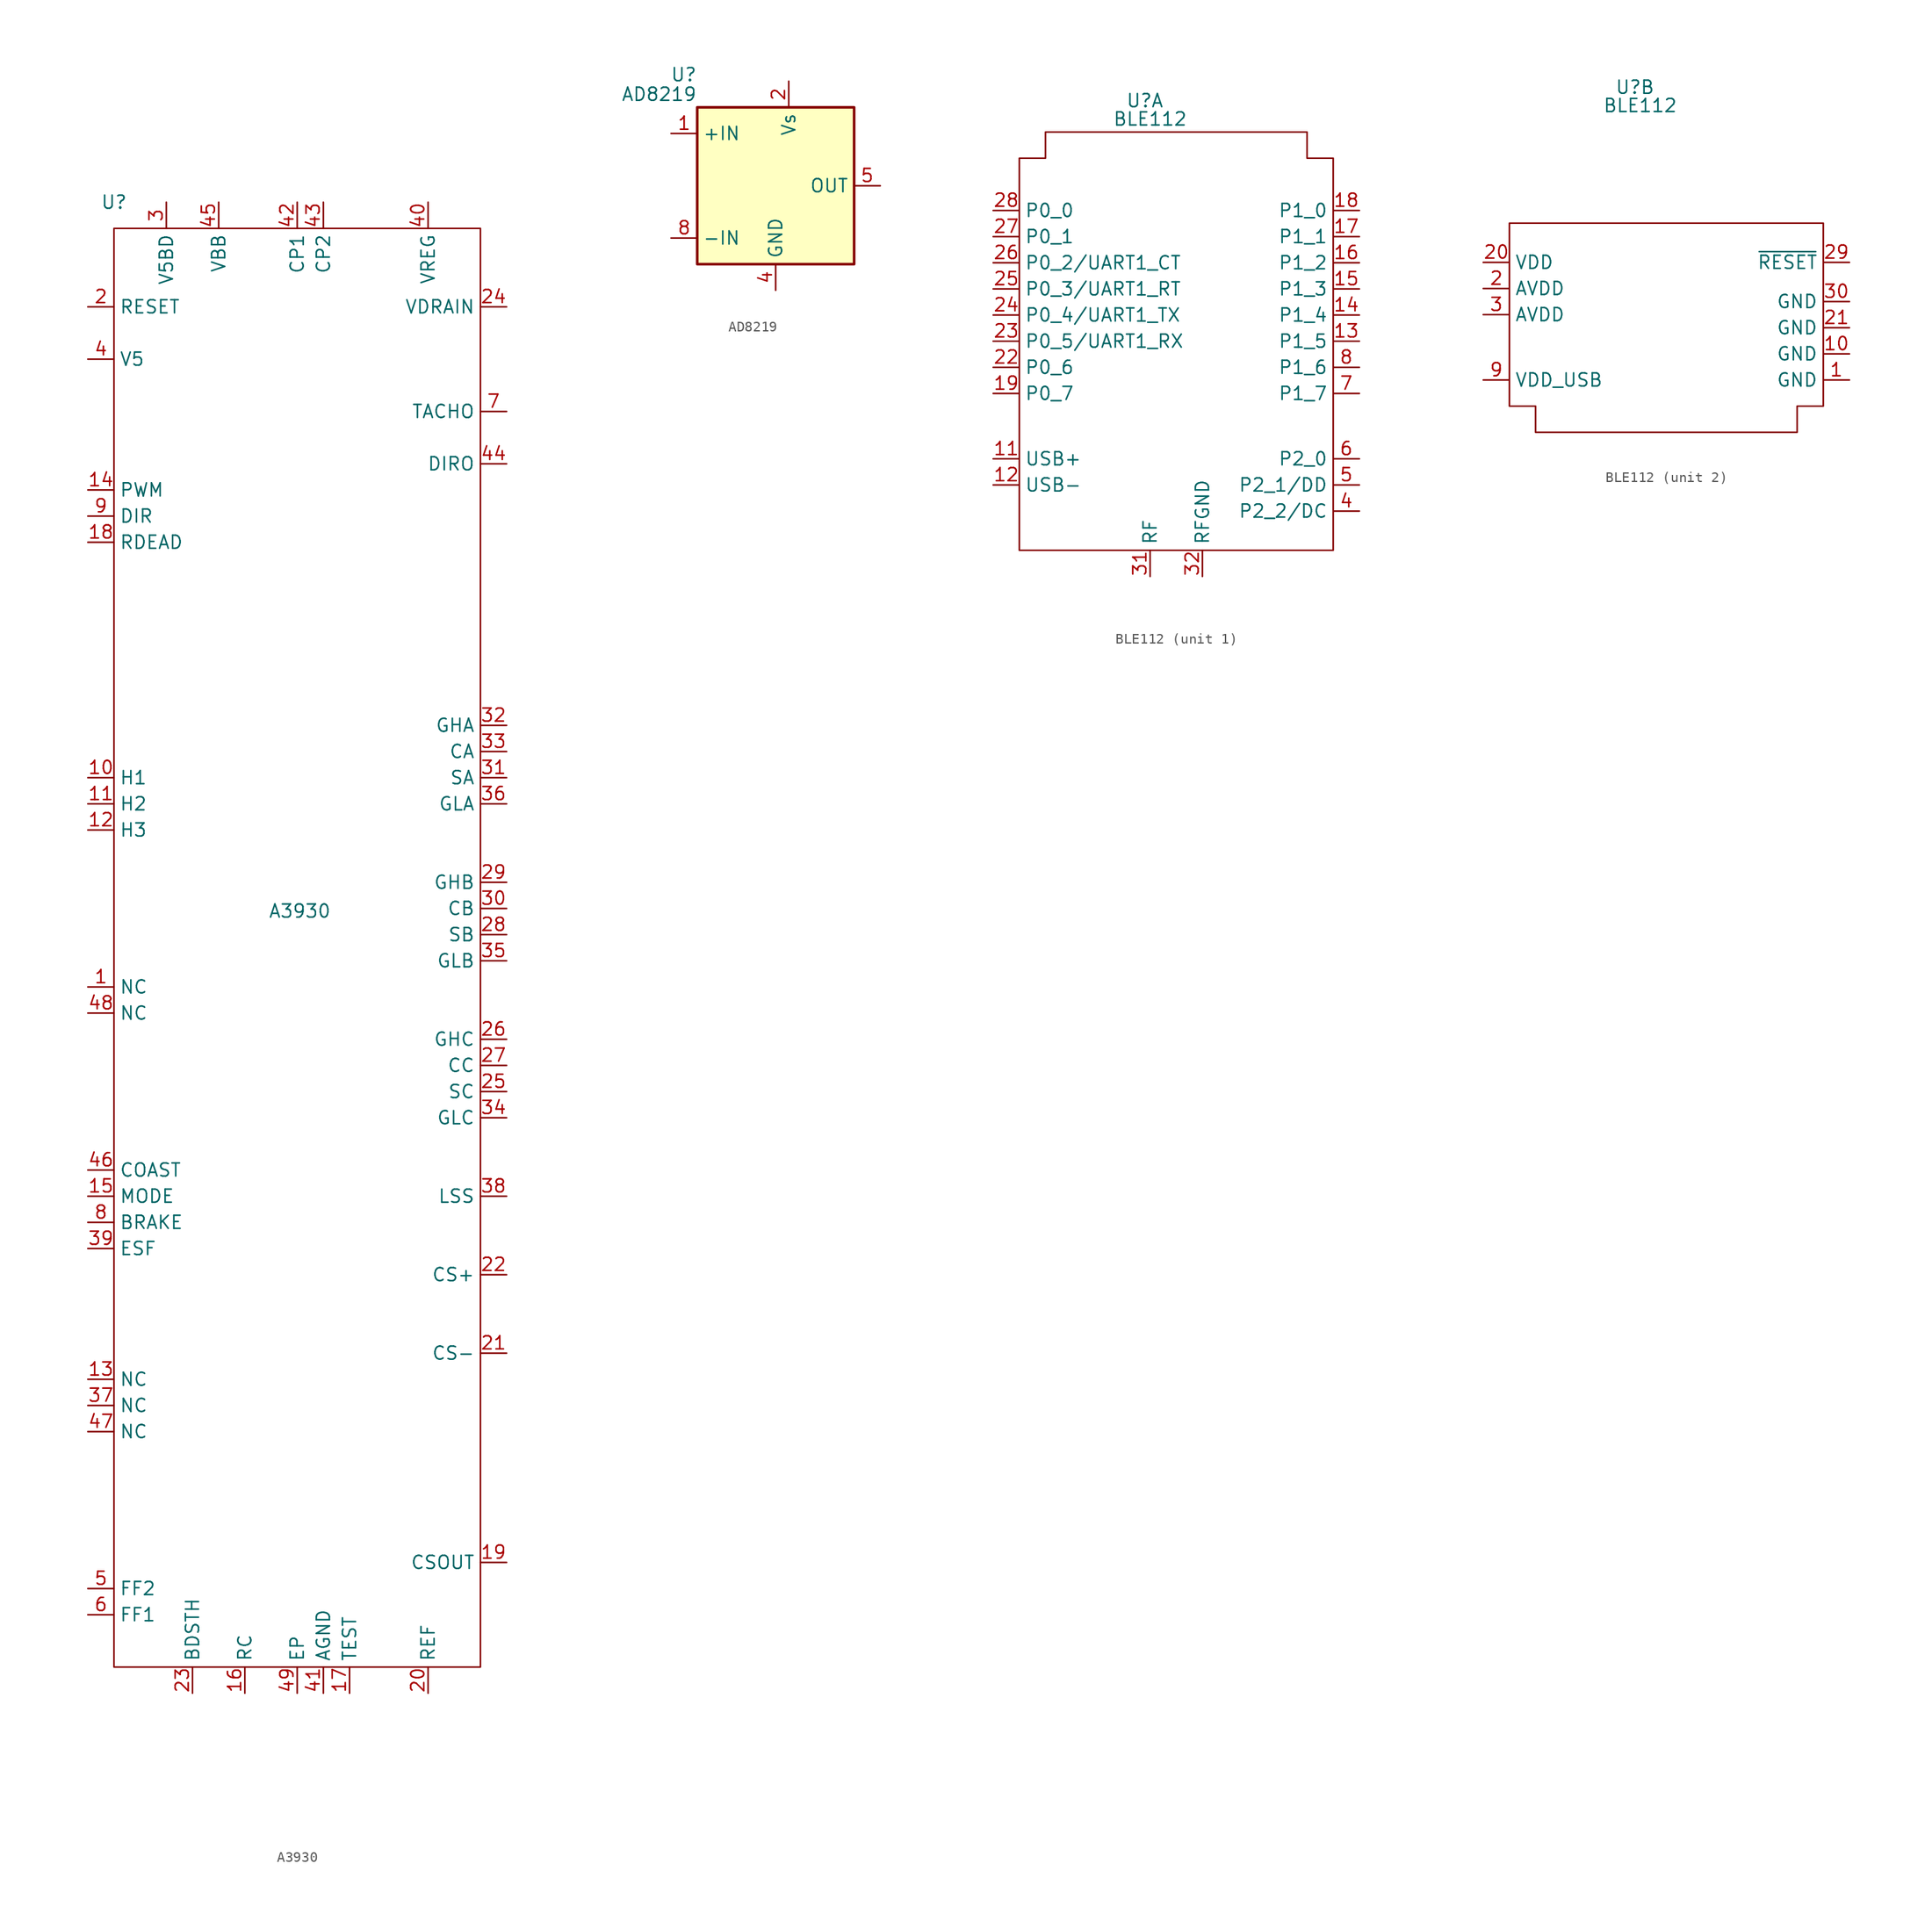
<source format=kicad_sym>
(kicad_symbol_lib
  (version 20231120)
  (generator "kicad_symbol_editor")
  (generator_version "8.0")
  (symbol "A3930"
    (property "Reference" "U"
      (at -17.78 68.58 0)
      (effects (font (size 1.27 1.27))))
    (property "Value" "A3930"
      (at 0.254 -0.254 0)
      (effects (font (size 1.27 1.27))))
    (symbol "A3930_0_0"
      (pin input line (at -20.32 12.7 0) (length 2.54) (name "H1" (effects (font (size 1.27 1.27)))) (number "10" (effects (font (size 1.27 1.27)))))
      (pin input line (at -20.32 10.16 0) (length 2.54) (name "H2" (effects (font (size 1.27 1.27)))) (number "11" (effects (font (size 1.27 1.27)))))
      (pin input line (at -20.32 7.62 0) (length 2.54) (name "H3" (effects (font (size 1.27 1.27)))) (number "12" (effects (font (size 1.27 1.27)))))
      (pin input line (at -20.32 40.64 0) (length 2.54) (name "PWM" (effects (font (size 1.27 1.27)))) (number "14" (effects (font (size 1.27 1.27)))))
      (pin input line (at -20.32 -27.94 0) (length 2.54) (name "MODE" (effects (font (size 1.27 1.27)))) (number "15" (effects (font (size 1.27 1.27)))))
      (pin input line (at -5.08 -76.2 90) (length 2.54) (name "RC" (effects (font (size 1.27 1.27)))) (number "16" (effects (font (size 1.27 1.27)))))
      (pin input line (at 5.08 -76.2 90) (length 2.54) (name "TEST" (effects (font (size 1.27 1.27)))) (number "17" (effects (font (size 1.27 1.27)))))
      (pin passive line (at -20.32 35.56 0) (length 2.54) (name "RDEAD" (effects (font (size 1.27 1.27)))) (number "18" (effects (font (size 1.27 1.27)))))
      (pin output line (at 20.32 -63.5 180) (length 2.54) (name "CSOUT" (effects (font (size 1.27 1.27)))) (number "19" (effects (font (size 1.27 1.27)))))
      (pin input line (at -20.32 58.42 0) (length 2.54) (name "RESET" (effects (font (size 1.27 1.27)))) (number "2" (effects (font (size 1.27 1.27)))))
      (pin passive line (at 12.7 -76.2 90) (length 2.54) (name "REF" (effects (font (size 1.27 1.27)))) (number "20" (effects (font (size 1.27 1.27)))))
      (pin input line (at 20.32 -43.18 180) (length 2.54) (name "CS-" (effects (font (size 1.27 1.27)))) (number "21" (effects (font (size 1.27 1.27)))))
      (pin input line (at 20.32 -35.56 180) (length 2.54) (name "CS+" (effects (font (size 1.27 1.27)))) (number "22" (effects (font (size 1.27 1.27)))))
      (pin passive line (at -10.16 -76.2 90) (length 2.54) (name "BDSTH" (effects (font (size 1.27 1.27)))) (number "23" (effects (font (size 1.27 1.27)))))
      (pin bidirectional line (at 20.32 -17.78 180) (length 2.54) (name "SC" (effects (font (size 1.27 1.27)))) (number "25" (effects (font (size 1.27 1.27)))))
      (pin output line (at 20.32 -12.7 180) (length 2.54) (name "GHC" (effects (font (size 1.27 1.27)))) (number "26" (effects (font (size 1.27 1.27)))))
      (pin passive line (at 20.32 -15.24 180) (length 2.54) (name "CC" (effects (font (size 1.27 1.27)))) (number "27" (effects (font (size 1.27 1.27)))))
      (pin bidirectional line (at 20.32 -2.54 180) (length 2.54) (name "SB" (effects (font (size 1.27 1.27)))) (number "28" (effects (font (size 1.27 1.27)))))
      (pin output line (at 20.32 2.54 180) (length 2.54) (name "GHB" (effects (font (size 1.27 1.27)))) (number "29" (effects (font (size 1.27 1.27)))))
      (pin power_in line (at -12.7 68.58 270) (length 2.54) (name "V5BD" (effects (font (size 1.27 1.27)))) (number "3" (effects (font (size 1.27 1.27)))))
      (pin passive line (at 20.32 0 180) (length 2.54) (name "CB" (effects (font (size 1.27 1.27)))) (number "30" (effects (font (size 1.27 1.27)))))
      (pin bidirectional line (at 20.32 12.7 180) (length 2.54) (name "SA" (effects (font (size 1.27 1.27)))) (number "31" (effects (font (size 1.27 1.27)))))
      (pin output line (at 20.32 17.78 180) (length 2.54) (name "GHA" (effects (font (size 1.27 1.27)))) (number "32" (effects (font (size 1.27 1.27)))))
      (pin passive line (at 20.32 15.24 180) (length 2.54) (name "CA" (effects (font (size 1.27 1.27)))) (number "33" (effects (font (size 1.27 1.27)))))
      (pin output line (at 20.32 -20.32 180) (length 2.54) (name "GLC" (effects (font (size 1.27 1.27)))) (number "34" (effects (font (size 1.27 1.27)))))
      (pin output line (at 20.32 10.16 180) (length 2.54) (name "GLA" (effects (font (size 1.27 1.27)))) (number "36" (effects (font (size 1.27 1.27)))))
      (pin output line (at 20.32 -27.94 180) (length 2.54) (name "LSS" (effects (font (size 1.27 1.27)))) (number "38" (effects (font (size 1.27 1.27)))))
      (pin output line (at -20.32 -33.02 0) (length 2.54) (name "ESF" (effects (font (size 1.27 1.27)))) (number "39" (effects (font (size 1.27 1.27)))))
      (pin power_in line (at -20.32 53.34 0) (length 2.54) (name "V5" (effects (font (size 1.27 1.27)))) (number "4" (effects (font (size 1.27 1.27)))))
      (pin power_out line (at 12.7 68.58 270) (length 2.54) (name "VREG" (effects (font (size 1.27 1.27)))) (number "40" (effects (font (size 1.27 1.27)))))
      (pin power_in line (at 2.54 -76.2 90) (length 2.54) (name "AGND" (effects (font (size 1.27 1.27)))) (number "41" (effects (font (size 1.27 1.27)))))
      (pin passive line (at 0 68.58 270) (length 2.54) (name "CP1" (effects (font (size 1.27 1.27)))) (number "42" (effects (font (size 1.27 1.27)))))
      (pin passive line (at 2.54 68.58 270) (length 2.54) (name "CP2" (effects (font (size 1.27 1.27)))) (number "43" (effects (font (size 1.27 1.27)))))
      (pin output line (at 20.32 43.18 180) (length 2.54) (name "DIRO" (effects (font (size 1.27 1.27)))) (number "44" (effects (font (size 1.27 1.27)))))
      (pin power_in line (at -7.62 68.58 270) (length 2.54) (name "VBB" (effects (font (size 1.27 1.27)))) (number "45" (effects (font (size 1.27 1.27)))))
      (pin input line (at -20.32 -25.4 0) (length 2.54) (name "COAST" (effects (font (size 1.27 1.27)))) (number "46" (effects (font (size 1.27 1.27)))))
      (pin input line (at -20.32 -66.04 0) (length 2.54) (name "FF2" (effects (font (size 1.27 1.27)))) (number "5" (effects (font (size 1.27 1.27)))))
      (pin power_in line (at -20.32 -68.58 0) (length 2.54) (name "FF1" (effects (font (size 1.27 1.27)))) (number "6" (effects (font (size 1.27 1.27)))))
      (pin output line (at 20.32 48.26 180) (length 2.54) (name "TACHO" (effects (font (size 1.27 1.27)))) (number "7" (effects (font (size 1.27 1.27)))))
      (pin input line (at -20.32 38.1 0) (length 2.54) (name "DIR" (effects (font (size 1.27 1.27)))) (number "9" (effects (font (size 1.27 1.27))))))
    (symbol "A3930_1_0"
      (pin input line (at -20.32 -7.62 0) (length 2.54) (name "NC" (effects (font (size 1.27 1.27)))) (number "1" (effects (font (size 1.27 1.27)))))
      (pin input line (at -20.32 -45.72 0) (length 2.54) (name "NC" (effects (font (size 1.27 1.27)))) (number "13" (effects (font (size 1.27 1.27)))))
      (pin power_in line (at 20.32 58.42 180) (length 2.54) (name "VDRAIN" (effects (font (size 1.27 1.27)))) (number "24" (effects (font (size 1.27 1.27)))))
      (pin output line (at 20.32 -5.08 180) (length 2.54) (name "GLB" (effects (font (size 1.27 1.27)))) (number "35" (effects (font (size 1.27 1.27)))))
      (pin input line (at -20.32 -48.26 0) (length 2.54) (name "NC" (effects (font (size 1.27 1.27)))) (number "37" (effects (font (size 1.27 1.27)))))
      (pin input line (at -20.32 -50.8 0) (length 2.54) (name "NC" (effects (font (size 1.27 1.27)))) (number "47" (effects (font (size 1.27 1.27)))))
      (pin input line (at -20.32 -10.16 0) (length 2.54) (name "NC" (effects (font (size 1.27 1.27)))) (number "48" (effects (font (size 1.27 1.27)))))
      (pin power_in line (at 0 -76.2 90) (length 2.54) (name "EP" (effects (font (size 1.27 1.27)))) (number "49" (effects (font (size 1.27 1.27)))))
      (pin input line (at -20.32 -30.48 0) (length 2.54) (name "BRAKE" (effects (font (size 1.27 1.27)))) (number "8" (effects (font (size 1.27 1.27))))))
    (symbol "A3930_1_1"
      (rectangle (start -17.78 66.04) (end 17.78 -73.66) (stroke (width 0) (type default)) (fill (type none)))))
  (symbol "AD8219"
    (property "Reference" "U"
      (at -7.62 10.795 0)
      (effects (font (size 1.27 1.27)) (justify right)))
    (property "Value" "AD8219"
      (at -7.62 8.89 0)
      (effects (font (size 1.27 1.27)) (justify right)))
    (symbol "AD8219_0_1"
      (rectangle (start -7.62 7.62) (end 7.62 -7.62) (stroke (width 0.254) (type default)) (fill (type background))))
    (symbol "AD8219_1_1"
      (pin input line (at -10.16 5.08 0) (length 2.54) (name "+IN" (effects (font (size 1.27 1.27)))) (number "1" (effects (font (size 1.27 1.27)))))
      (pin power_in line (at 1.27 10.16 270) (length 2.54) (name "Vs" (effects (font (size 1.27 1.27)))) (number "2" (effects (font (size 1.27 1.27)))))
      (pin no_connect line (at -2.54 -7.62 90) (length 2.54) hide (name "NC" (effects (font (size 1.27 1.27)))) (number "3" (effects (font (size 1.27 1.27)))))
      (pin power_in line (at 0 -10.16 90) (length 2.54) (name "GND" (effects (font (size 1.27 1.27)))) (number "4" (effects (font (size 1.27 1.27)))))
      (pin output line (at 10.16 0 180) (length 2.54) (name "OUT" (effects (font (size 1.27 1.27)))) (number "5" (effects (font (size 1.27 1.27)))))
      (pin no_connect line (at 2.54 -7.62 90) (length 2.54) hide (name "NC" (effects (font (size 1.27 1.27)))) (number "6" (effects (font (size 1.27 1.27)))))
      (pin no_connect line (at 5.08 -7.62 90) (length 2.54) hide (name "NC" (effects (font (size 1.27 1.27)))) (number "7" (effects (font (size 1.27 1.27)))))
      (pin input line (at -10.16 -5.08 0) (length 2.54) (name "-IN" (effects (font (size 1.27 1.27)))) (number "8" (effects (font (size 1.27 1.27)))))))
  (symbol "BLE112"
    (property "Reference" "U"
      (at -3.048 23.368 0)
      (effects (font (size 1.27 1.27))))
    (property "Value" "BLE112"
      (at -2.54 21.59 0)
      (effects (font (size 1.27 1.27))))
    (property "ki_locked" ""
      (at 0 0 0)
      (effects (font (size 1.27 1.27))))
    (symbol "BLE112_1_0"
      (pin bidirectional line (at 17.78 -5.08 180) (length 2.54) (name "P1_7" (effects (font (size 1.27 1.27)))) (number "7" (effects (font (size 1.27 1.27)))))
      (pin bidirectional line (at 17.78 -2.54 180) (length 2.54) (name "P1_6" (effects (font (size 1.27 1.27)))) (number "8" (effects (font (size 1.27 1.27))))))
    (symbol "BLE112_1_1"
      (polyline (pts (xy -15.24 17.78) (xy -15.24 -20.32) (xy 15.24 -20.32) (xy 15.24 17.78) (xy 12.7 17.78) (xy 12.7 20.32) (xy -12.7 20.32) (xy -12.7 17.78) (xy -15.24 17.78)) (stroke (width 0) (type default)) (fill (type none)))
      (pin bidirectional line (at -17.78 -11.43 0) (length 2.54) (name "USB+" (effects (font (size 1.27 1.27)))) (number "11" (effects (font (size 1.27 1.27)))))
      (pin bidirectional line (at -17.78 -13.97 0) (length 2.54) (name "USB-" (effects (font (size 1.27 1.27)))) (number "12" (effects (font (size 1.27 1.27)))))
      (pin bidirectional line (at 17.78 0 180) (length 2.54) (name "P1_5" (effects (font (size 1.27 1.27)))) (number "13" (effects (font (size 1.27 1.27)))))
      (pin bidirectional line (at 17.78 2.54 180) (length 2.54) (name "P1_4" (effects (font (size 1.27 1.27)))) (number "14" (effects (font (size 1.27 1.27)))))
      (pin bidirectional line (at 17.78 5.08 180) (length 2.54) (name "P1_3" (effects (font (size 1.27 1.27)))) (number "15" (effects (font (size 1.27 1.27)))))
      (pin bidirectional line (at 17.78 7.62 180) (length 2.54) (name "P1_2" (effects (font (size 1.27 1.27)))) (number "16" (effects (font (size 1.27 1.27)))))
      (pin bidirectional line (at 17.78 10.16 180) (length 2.54) (name "P1_1" (effects (font (size 1.27 1.27)))) (number "17" (effects (font (size 1.27 1.27)))))
      (pin bidirectional line (at 17.78 12.7 180) (length 2.54) (name "P1_0" (effects (font (size 1.27 1.27)))) (number "18" (effects (font (size 1.27 1.27)))))
      (pin bidirectional line (at -17.78 -5.08 0) (length 2.54) (name "P0_7" (effects (font (size 1.27 1.27)))) (number "19" (effects (font (size 1.27 1.27)))))
      (pin bidirectional line (at -17.78 -2.54 0) (length 2.54) (name "P0_6" (effects (font (size 1.27 1.27)))) (number "22" (effects (font (size 1.27 1.27)))))
      (pin bidirectional line (at -17.78 0 0) (length 2.54) (name "P0_5/UART1_RX" (effects (font (size 1.27 1.27)))) (number "23" (effects (font (size 1.27 1.27)))))
      (pin bidirectional line (at -17.78 2.54 0) (length 2.54) (name "P0_4/UART1_TX" (effects (font (size 1.27 1.27)))) (number "24" (effects (font (size 1.27 1.27)))))
      (pin bidirectional line (at -17.78 5.08 0) (length 2.54) (name "P0_3/UART1_RT" (effects (font (size 1.27 1.27)))) (number "25" (effects (font (size 1.27 1.27)))))
      (pin bidirectional line (at -17.78 7.62 0) (length 2.54) (name "P0_2/UART1_CT" (effects (font (size 1.27 1.27)))) (number "26" (effects (font (size 1.27 1.27)))))
      (pin bidirectional line (at -17.78 10.16 0) (length 2.54) (name "P0_1" (effects (font (size 1.27 1.27)))) (number "27" (effects (font (size 1.27 1.27)))))
      (pin bidirectional line (at -17.78 12.7 0) (length 2.54) (name "P0_0" (effects (font (size 1.27 1.27)))) (number "28" (effects (font (size 1.27 1.27)))))
      (pin passive line (at -2.54 -22.86 90) (length 2.54) (name "RF" (effects (font (size 1.27 1.27)))) (number "31" (effects (font (size 1.27 1.27)))))
      (pin passive line (at 2.54 -22.86 90) (length 2.54) (name "RFGND" (effects (font (size 1.27 1.27)))) (number "32" (effects (font (size 1.27 1.27)))))
      (pin bidirectional line (at 17.78 -16.51 180) (length 2.54) (name "P2_2/DC" (effects (font (size 1.27 1.27)))) (number "4" (effects (font (size 1.27 1.27)))))
      (pin bidirectional line (at 17.78 -13.97 180) (length 2.54) (name "P2_1/DD" (effects (font (size 1.27 1.27)))) (number "5" (effects (font (size 1.27 1.27)))))
      (pin bidirectional line (at 17.78 -11.43 180) (length 2.54) (name "P2_0" (effects (font (size 1.27 1.27)))) (number "6" (effects (font (size 1.27 1.27))))))
    (symbol "BLE112_2_1"
      (polyline (pts (xy -15.24 10.16) (xy -15.24 -7.62) (xy -12.7 -7.62) (xy -12.7 -10.16) (xy 12.7 -10.16) (xy 12.7 -7.62) (xy 15.24 -7.62) (xy 15.24 10.16) (xy -15.24 10.16)) (stroke (width 0) (type default)) (fill (type none)))
      (pin power_in line (at 17.78 -5.08 180) (length 2.54) (name "GND" (effects (font (size 1.27 1.27)))) (number "1" (effects (font (size 1.27 1.27)))))
      (pin power_in line (at 17.78 -2.54 180) (length 2.54) (name "GND" (effects (font (size 1.27 1.27)))) (number "10" (effects (font (size 1.27 1.27)))))
      (pin power_in line (at -17.78 3.81 0) (length 2.54) (name "AVDD" (effects (font (size 1.27 1.27)))) (number "2" (effects (font (size 1.27 1.27)))))
      (pin power_in line (at -17.78 6.35 0) (length 2.54) (name "VDD" (effects (font (size 1.27 1.27)))) (number "20" (effects (font (size 1.27 1.27)))))
      (pin power_in line (at 17.78 0 180) (length 2.54) (name "GND" (effects (font (size 1.27 1.27)))) (number "21" (effects (font (size 1.27 1.27)))))
      (pin power_in line (at 17.78 6.35 180) (length 2.54) (name "~{RESET}" (effects (font (size 1.27 1.27)))) (number "29" (effects (font (size 1.27 1.27)))))
      (pin power_in line (at -17.78 1.27 0) (length 2.54) (name "AVDD" (effects (font (size 1.27 1.27)))) (number "3" (effects (font (size 1.27 1.27)))))
      (pin power_in line (at 17.78 2.54 180) (length 2.54) (name "GND" (effects (font (size 1.27 1.27)))) (number "30" (effects (font (size 1.27 1.27)))))
      (pin power_in line (at -17.78 -5.08 0) (length 2.54) (name "VDD_USB" (effects (font (size 1.27 1.27)))) (number "9" (effects (font (size 1.27 1.27))))))))
</source>
